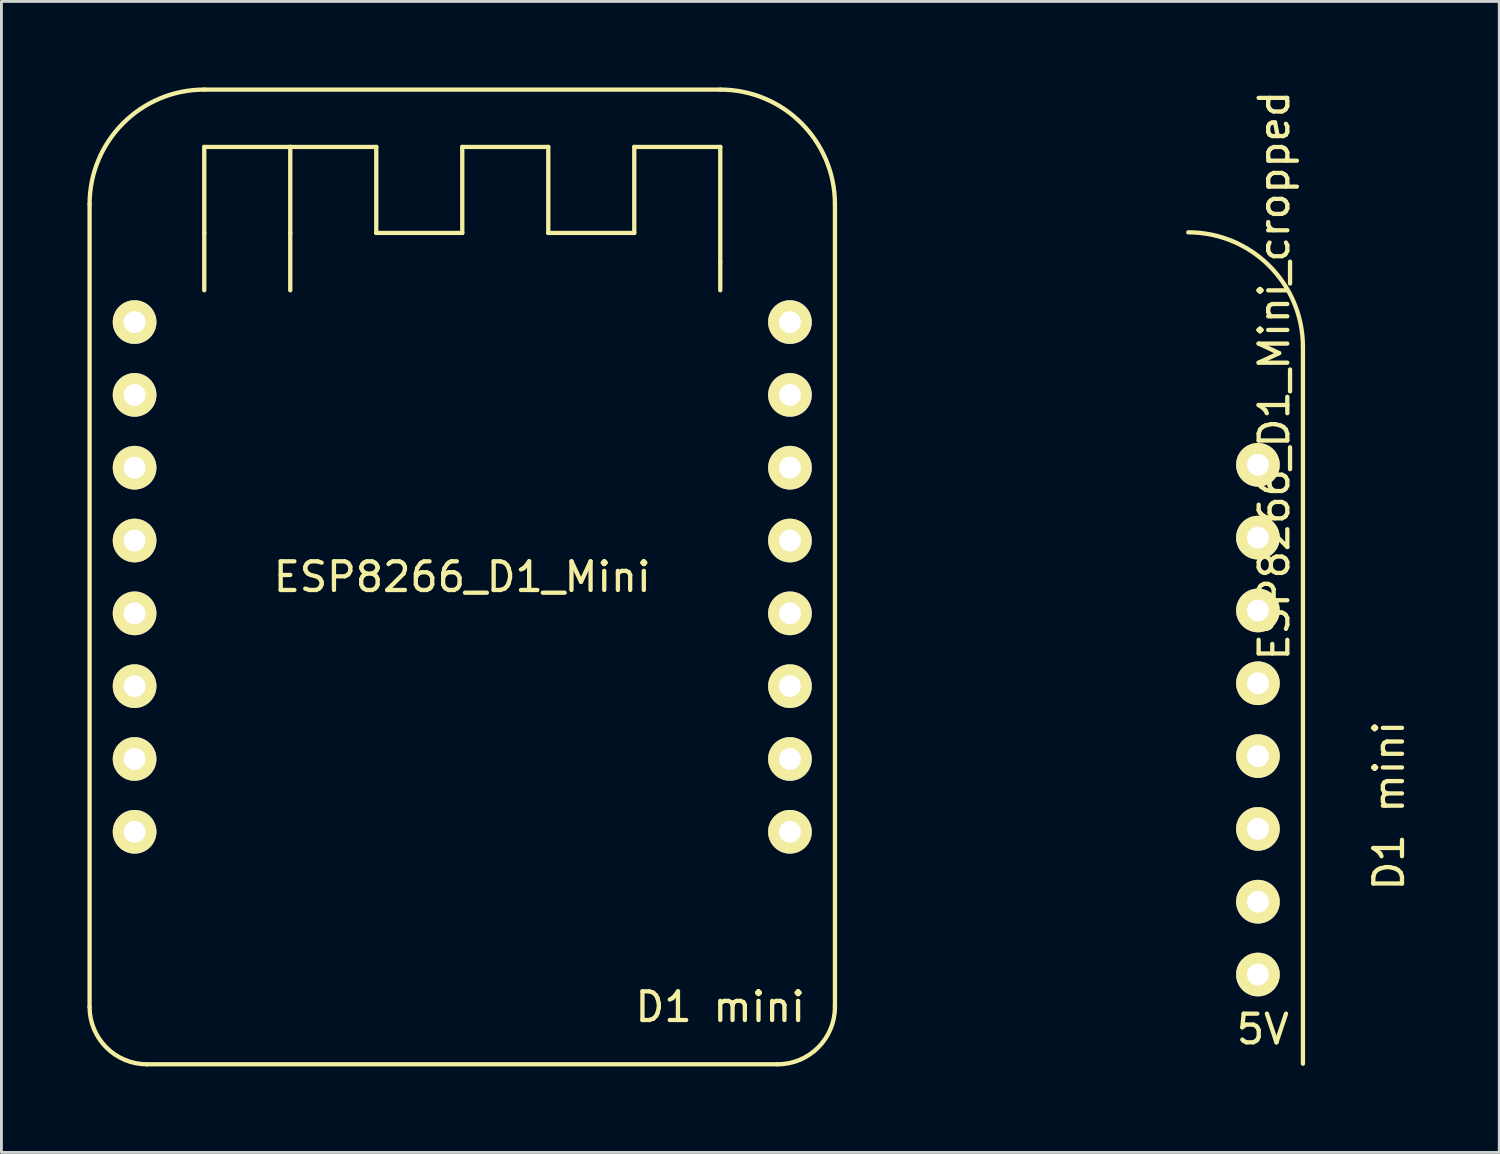
<source format=kicad_pcb>
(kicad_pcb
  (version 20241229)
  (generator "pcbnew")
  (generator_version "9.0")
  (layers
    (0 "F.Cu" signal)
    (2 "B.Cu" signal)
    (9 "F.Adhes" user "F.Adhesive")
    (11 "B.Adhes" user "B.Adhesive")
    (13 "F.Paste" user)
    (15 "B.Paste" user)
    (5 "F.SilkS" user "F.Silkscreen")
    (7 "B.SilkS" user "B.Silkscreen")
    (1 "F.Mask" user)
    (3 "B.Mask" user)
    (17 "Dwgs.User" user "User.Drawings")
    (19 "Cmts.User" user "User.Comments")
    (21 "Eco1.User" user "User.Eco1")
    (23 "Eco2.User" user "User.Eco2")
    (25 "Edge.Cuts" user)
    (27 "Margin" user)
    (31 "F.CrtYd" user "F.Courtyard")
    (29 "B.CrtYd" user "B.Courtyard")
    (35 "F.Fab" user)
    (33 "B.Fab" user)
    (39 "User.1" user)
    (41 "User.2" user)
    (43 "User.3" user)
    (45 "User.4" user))
  (footprint "ESP8266_D1_Mini_cropped"
    (layer "F.Cu")
    (at 29.4 22.054)
    (property "Reference" "ESP8266_D1_Mini_cropped" (at 12 -12 90) (layer "F.SilkS") (effects (font (size 1 1) (thickness 0.15))))
    (attr through_hole)
    (fp_line (start 13 -13) (end 13 12) (stroke (width 0.15) (type solid)) (layer "F.SilkS"))
    (fp_arc (start 9 -17) (mid 11.828427 -15.828427) (end 13 -13) (stroke (width 0.15) (type solid)) (layer "F.SilkS"))
    (fp_text user "5V" (at 11.6 10.8 0) (layer "F.SilkS") (effects (font (size 1 1) (thickness 0.15))))
    (fp_text user "D1 mini" (at 16 3 90) (layer "F.SilkS") (effects (font (size 1 1) (thickness 0.15))))
    (pad "9" thru_hole circle (at 11.43 8.89) (size 1.524 1.524) (drill 0.762) (layers "*.Cu" "*.Mask" "F.SilkS"))
    (pad "10" thru_hole circle (at 11.43 6.35) (size 1.524 1.524) (drill 0.762) (layers "*.Cu" "*.Mask" "F.SilkS"))
    (pad "11" thru_hole circle (at 11.43 3.81) (size 1.524 1.524) (drill 0.762) (layers "*.Cu" "*.Mask" "F.SilkS"))
    (pad "12" thru_hole circle (at 11.43 1.27) (size 1.524 1.524) (drill 0.762) (layers "*.Cu" "*.Mask" "F.SilkS"))
    (pad "13" thru_hole circle (at 11.43 -1.27) (size 1.524 1.524) (drill 0.762) (layers "*.Cu" "*.Mask" "F.SilkS"))
    (pad "14" thru_hole circle (at 11.43 -3.81) (size 1.524 1.524) (drill 0.762) (layers "*.Cu" "*.Mask" "F.SilkS"))
    (pad "15" thru_hole circle (at 11.43 -6.35) (size 1.524 1.524) (drill 0.762) (layers "*.Cu" "*.Mask" "F.SilkS"))
    (pad "16" thru_hole circle (at 11.43 -8.89) (size 1.524 1.524) (drill 0.762) (layers "*.Cu" "*.Mask" "F.SilkS")))
  (footprint "ESP8266_D1_Mini"
    (layer "F.Cu")
    (at 13.075 17.075)
    (property "Reference" "ESP8266_D1_Mini" (at 0 0 0) (layer "F.SilkS") (effects (font (size 1 1) (thickness 0.15))))
    (attr through_hole)
    (fp_line (start -13 -13) (end -13 15) (stroke (width 0.15) (type solid)) (layer "F.SilkS"))
    (fp_line (start -11 17) (end 11 17) (stroke (width 0.15) (type solid)) (layer "F.SilkS"))
    (fp_line (start -9 -15) (end -6 -15) (stroke (width 0.15) (type solid)) (layer "F.SilkS"))
    (fp_line (start -9 -12) (end -9 -15) (stroke (width 0.15) (type solid)) (layer "F.SilkS"))
    (fp_line (start -9 -12) (end -9 -10) (stroke (width 0.15) (type solid)) (layer "F.SilkS"))
    (fp_line (start -6 -15) (end -6 -12) (stroke (width 0.15) (type solid)) (layer "F.SilkS"))
    (fp_line (start -6 -15) (end -3 -15) (stroke (width 0.15) (type solid)) (layer "F.SilkS"))
    (fp_line (start -6 -10) (end -6 -12) (stroke (width 0.15) (type solid)) (layer "F.SilkS"))
    (fp_line (start -3 -15) (end -3 -12) (stroke (width 0.15) (type solid)) (layer "F.SilkS"))
    (fp_line (start -3 -12) (end 0 -12) (stroke (width 0.15) (type solid)) (layer "F.SilkS"))
    (fp_line (start 0 -15) (end 3 -15) (stroke (width 0.15) (type solid)) (layer "F.SilkS"))
    (fp_line (start 0 -12) (end 0 -15) (stroke (width 0.15) (type solid)) (layer "F.SilkS"))
    (fp_line (start 3 -15) (end 3 -12) (stroke (width 0.15) (type solid)) (layer "F.SilkS"))
    (fp_line (start 3 -12) (end 6 -12) (stroke (width 0.15) (type solid)) (layer "F.SilkS"))
    (fp_line (start 6 -15) (end 9 -15) (stroke (width 0.15) (type solid)) (layer "F.SilkS"))
    (fp_line (start 6 -12) (end 6 -15) (stroke (width 0.15) (type solid)) (layer "F.SilkS"))
    (fp_line (start 9 -17) (end -9 -17) (stroke (width 0.15) (type solid)) (layer "F.SilkS"))
    (fp_line (start 9 -15) (end 9 -11) (stroke (width 0.15) (type solid)) (layer "F.SilkS"))
    (fp_line (start 9 -10) (end 9 -11) (stroke (width 0.15) (type solid)) (layer "F.SilkS"))
    (fp_line (start 13 -13) (end 13 15) (stroke (width 0.15) (type solid)) (layer "F.SilkS"))
    (fp_arc (start -13 -13) (mid -11.828427 -15.828427) (end -9 -17) (stroke (width 0.15) (type solid)) (layer "F.SilkS"))
    (fp_arc (start -11 17) (mid -12.414214 16.414214) (end -13 15) (stroke (width 0.15) (type solid)) (layer "F.SilkS"))
    (fp_arc (start 9 -17) (mid 11.828427 -15.828427) (end 13 -13) (stroke (width 0.15) (type solid)) (layer "F.SilkS"))
    (fp_arc (start 13 15) (mid 12.414214 16.414214) (end 11 17) (stroke (width 0.15) (type solid)) (layer "F.SilkS"))
    (fp_text user "D1 mini" (at 9 15 0) (layer "F.SilkS") (effects (font (size 1 1) (thickness 0.15))))
    (pad "1" thru_hole circle (at -11.43 -8.89) (size 1.524 1.524) (drill 0.762) (layers "*.Cu" "*.Mask" "F.SilkS"))
    (pad "2" thru_hole circle (at -11.43 -6.35) (size 1.524 1.524) (drill 0.762) (layers "*.Cu" "*.Mask" "F.SilkS"))
    (pad "3" thru_hole circle (at -11.43 -3.81) (size 1.524 1.524) (drill 0.762) (layers "*.Cu" "*.Mask" "F.SilkS"))
    (pad "4" thru_hole circle (at -11.43 -1.27) (size 1.524 1.524) (drill 0.762) (layers "*.Cu" "*.Mask" "F.SilkS"))
    (pad "5" thru_hole circle (at -11.43 1.27) (size 1.524 1.524) (drill 0.762) (layers "*.Cu" "*.Mask" "F.SilkS"))
    (pad "6" thru_hole circle (at -11.43 3.81) (size 1.524 1.524) (drill 0.762) (layers "*.Cu" "*.Mask" "F.SilkS"))
    (pad "7" thru_hole circle (at -11.43 6.35) (size 1.524 1.524) (drill 0.762) (layers "*.Cu" "*.Mask" "F.SilkS"))
    (pad "8" thru_hole circle (at -11.43 8.89) (size 1.524 1.524) (drill 0.762) (layers "*.Cu" "*.Mask" "F.SilkS"))
    (pad "9" thru_hole circle (at 11.43 8.89) (size 1.524 1.524) (drill 0.762) (layers "*.Cu" "*.Mask" "F.SilkS"))
    (pad "10" thru_hole circle (at 11.43 6.35) (size 1.524 1.524) (drill 0.762) (layers "*.Cu" "*.Mask" "F.SilkS"))
    (pad "11" thru_hole circle (at 11.43 3.81) (size 1.524 1.524) (drill 0.762) (layers "*.Cu" "*.Mask" "F.SilkS"))
    (pad "12" thru_hole circle (at 11.43 1.27) (size 1.524 1.524) (drill 0.762) (layers "*.Cu" "*.Mask" "F.SilkS"))
    (pad "13" thru_hole circle (at 11.43 -1.27) (size 1.524 1.524) (drill 0.762) (layers "*.Cu" "*.Mask" "F.SilkS"))
    (pad "14" thru_hole circle (at 11.43 -3.81) (size 1.524 1.524) (drill 0.762) (layers "*.Cu" "*.Mask" "F.SilkS"))
    (pad "15" thru_hole circle (at 11.43 -6.35) (size 1.524 1.524) (drill 0.762) (layers "*.Cu" "*.Mask" "F.SilkS"))
    (pad "16" thru_hole circle (at 11.43 -8.89) (size 1.524 1.524) (drill 0.762) (layers "*.Cu" "*.Mask" "F.SilkS")))
  (gr_rect
    (start -3 -3)
    (end 49.248 37.15)
    (stroke (width 0.1) (type default))
    (fill no)
    (layer "Edge.Cuts")))
</source>
